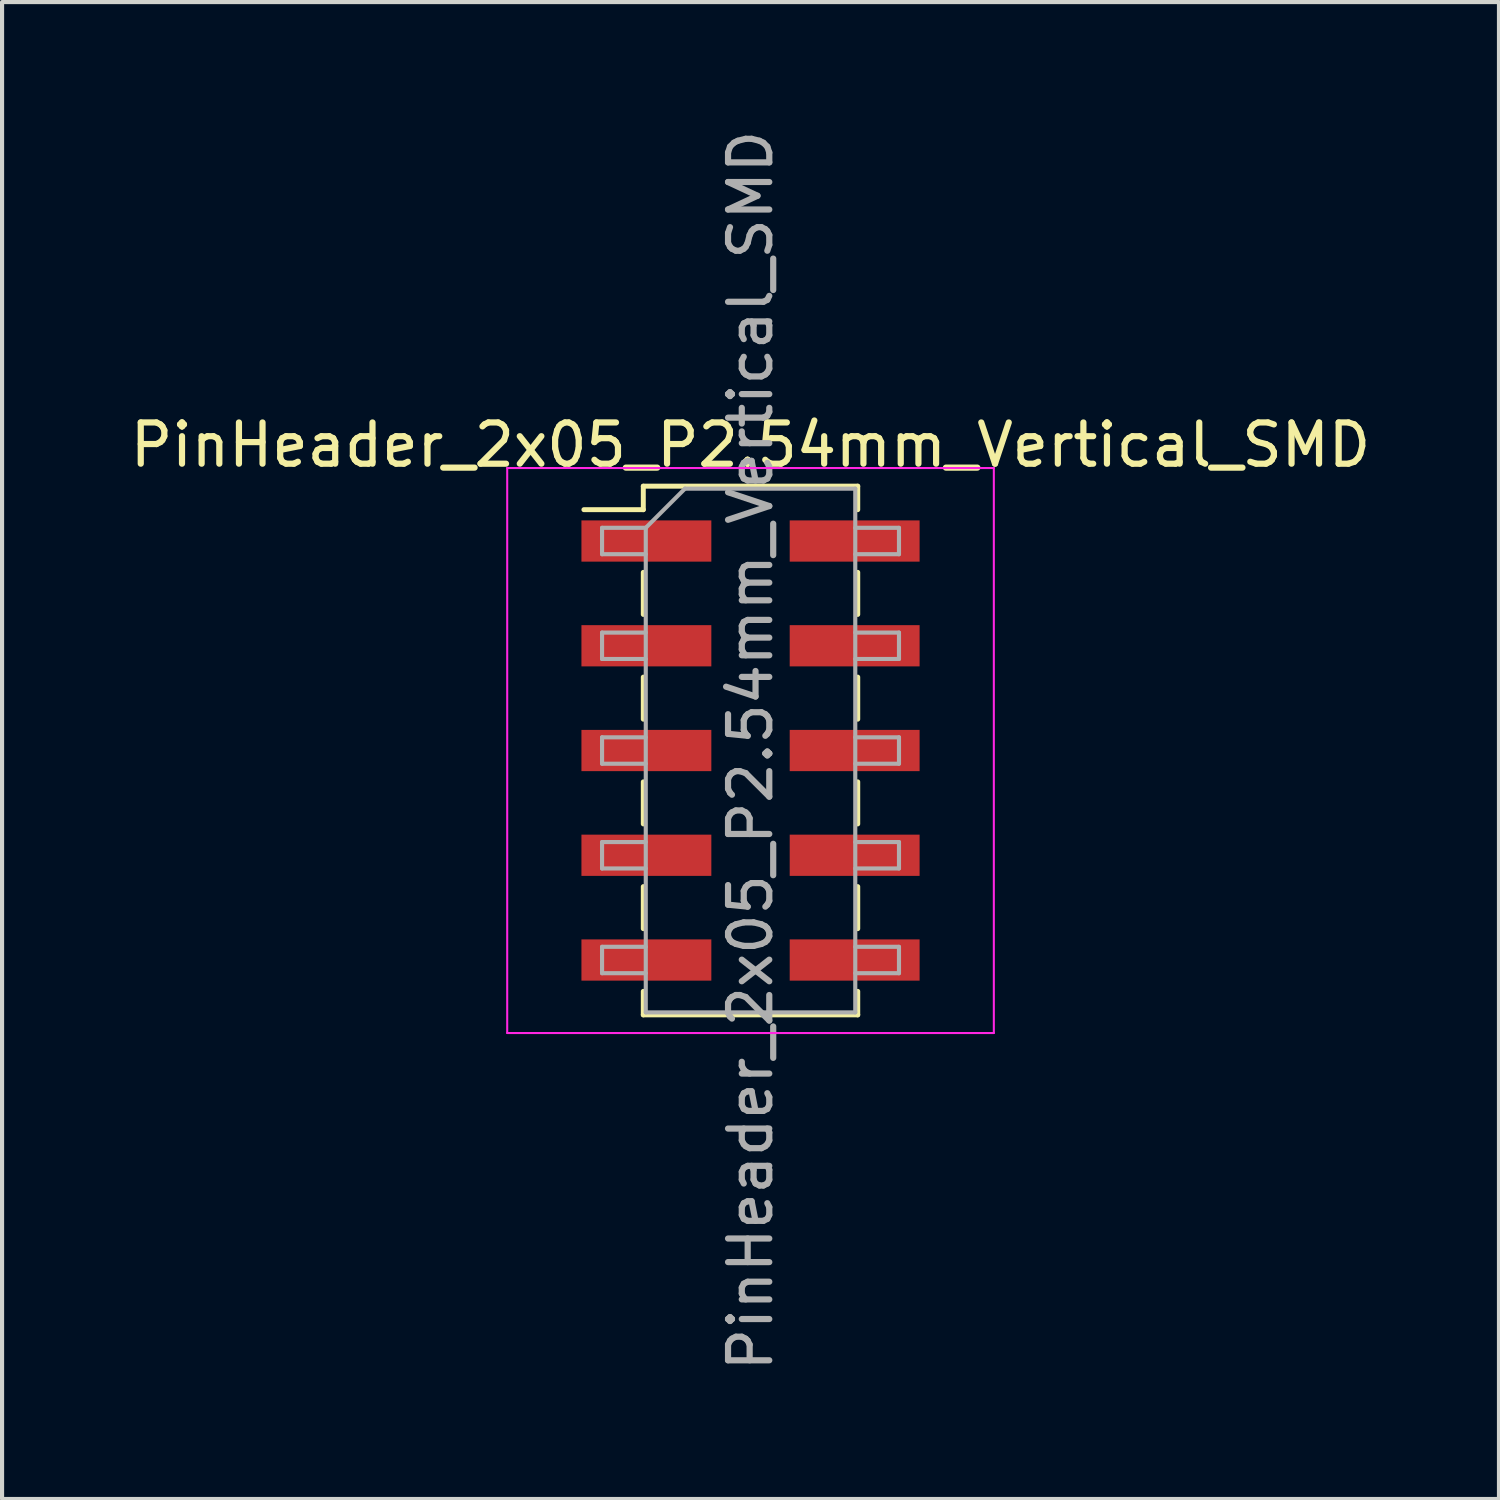
<source format=kicad_pcb>
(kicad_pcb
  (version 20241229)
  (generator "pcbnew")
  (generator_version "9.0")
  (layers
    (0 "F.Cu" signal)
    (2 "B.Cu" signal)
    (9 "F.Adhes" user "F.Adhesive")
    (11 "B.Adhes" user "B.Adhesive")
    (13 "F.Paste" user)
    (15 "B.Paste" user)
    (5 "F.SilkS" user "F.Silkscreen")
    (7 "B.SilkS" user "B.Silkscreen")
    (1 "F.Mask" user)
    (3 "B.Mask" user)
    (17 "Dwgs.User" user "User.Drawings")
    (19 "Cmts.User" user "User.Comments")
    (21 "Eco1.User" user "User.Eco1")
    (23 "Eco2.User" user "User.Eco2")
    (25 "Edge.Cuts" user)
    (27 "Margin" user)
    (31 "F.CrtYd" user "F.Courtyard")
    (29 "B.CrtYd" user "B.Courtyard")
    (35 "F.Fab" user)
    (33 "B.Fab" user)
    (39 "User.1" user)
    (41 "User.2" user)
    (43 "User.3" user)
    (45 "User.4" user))
  (footprint "PinHeader_2x05_P2.54mm_Vertical_SMD"
    (layer "F.Cu")
    (at 15.149 15.149)
    (property "Reference" "PinHeader_2x05_P2.54mm_Vertical_SMD" (at 0 -7.41 0) (layer "F.SilkS") (effects (font (size 1 1) (thickness 0.15))))
    (attr smd)
    (fp_line (start -4.04 -5.84) (end -2.6 -5.84) (stroke (width 0.12) (type solid)) (layer "F.SilkS"))
    (fp_line (start -2.6 -6.41) (end -2.6 -5.84) (stroke (width 0.12) (type solid)) (layer "F.SilkS"))
    (fp_line (start -2.6 -6.41) (end 2.6 -6.41) (stroke (width 0.12) (type solid)) (layer "F.SilkS"))
    (fp_line (start -2.6 -4.32) (end -2.6 -3.3) (stroke (width 0.12) (type solid)) (layer "F.SilkS"))
    (fp_line (start -2.6 -1.78) (end -2.6 -0.76) (stroke (width 0.12) (type solid)) (layer "F.SilkS"))
    (fp_line (start -2.6 0.76) (end -2.6 1.78) (stroke (width 0.12) (type solid)) (layer "F.SilkS"))
    (fp_line (start -2.6 3.3) (end -2.6 4.32) (stroke (width 0.12) (type solid)) (layer "F.SilkS"))
    (fp_line (start -2.6 5.84) (end -2.6 6.41) (stroke (width 0.12) (type solid)) (layer "F.SilkS"))
    (fp_line (start -2.6 6.41) (end 2.6 6.41) (stroke (width 0.12) (type solid)) (layer "F.SilkS"))
    (fp_line (start 2.6 -6.41) (end 2.6 -5.84) (stroke (width 0.12) (type solid)) (layer "F.SilkS"))
    (fp_line (start 2.6 -4.32) (end 2.6 -3.3) (stroke (width 0.12) (type solid)) (layer "F.SilkS"))
    (fp_line (start 2.6 -1.78) (end 2.6 -0.76) (stroke (width 0.12) (type solid)) (layer "F.SilkS"))
    (fp_line (start 2.6 0.76) (end 2.6 1.78) (stroke (width 0.12) (type solid)) (layer "F.SilkS"))
    (fp_line (start 2.6 3.3) (end 2.6 4.32) (stroke (width 0.12) (type solid)) (layer "F.SilkS"))
    (fp_line (start 2.6 5.84) (end 2.6 6.41) (stroke (width 0.12) (type solid)) (layer "F.SilkS"))
    (fp_line (start -5.9 -6.85) (end -5.9 6.85) (stroke (width 0.05) (type solid)) (layer "F.CrtYd"))
    (fp_line (start -5.9 6.85) (end 5.9 6.85) (stroke (width 0.05) (type solid)) (layer "F.CrtYd"))
    (fp_line (start 5.9 -6.85) (end -5.9 -6.85) (stroke (width 0.05) (type solid)) (layer "F.CrtYd"))
    (fp_line (start 5.9 6.85) (end 5.9 -6.85) (stroke (width 0.05) (type solid)) (layer "F.CrtYd"))
    (fp_line (start -3.6 -5.4) (end -3.6 -4.76) (stroke (width 0.1) (type solid)) (layer "F.Fab"))
    (fp_line (start -3.6 -4.76) (end -2.54 -4.76) (stroke (width 0.1) (type solid)) (layer "F.Fab"))
    (fp_line (start -3.6 -2.86) (end -3.6 -2.22) (stroke (width 0.1) (type solid)) (layer "F.Fab"))
    (fp_line (start -3.6 -2.22) (end -2.54 -2.22) (stroke (width 0.1) (type solid)) (layer "F.Fab"))
    (fp_line (start -3.6 -0.32) (end -3.6 0.32) (stroke (width 0.1) (type solid)) (layer "F.Fab"))
    (fp_line (start -3.6 0.32) (end -2.54 0.32) (stroke (width 0.1) (type solid)) (layer "F.Fab"))
    (fp_line (start -3.6 2.22) (end -3.6 2.86) (stroke (width 0.1) (type solid)) (layer "F.Fab"))
    (fp_line (start -3.6 2.86) (end -2.54 2.86) (stroke (width 0.1) (type solid)) (layer "F.Fab"))
    (fp_line (start -3.6 4.76) (end -3.6 5.4) (stroke (width 0.1) (type solid)) (layer "F.Fab"))
    (fp_line (start -3.6 5.4) (end -2.54 5.4) (stroke (width 0.1) (type solid)) (layer "F.Fab"))
    (fp_line (start -2.54 -5.4) (end -3.6 -5.4) (stroke (width 0.1) (type solid)) (layer "F.Fab"))
    (fp_line (start -2.54 -5.4) (end -1.59 -6.35) (stroke (width 0.1) (type solid)) (layer "F.Fab"))
    (fp_line (start -2.54 -2.86) (end -3.6 -2.86) (stroke (width 0.1) (type solid)) (layer "F.Fab"))
    (fp_line (start -2.54 -0.32) (end -3.6 -0.32) (stroke (width 0.1) (type solid)) (layer "F.Fab"))
    (fp_line (start -2.54 2.22) (end -3.6 2.22) (stroke (width 0.1) (type solid)) (layer "F.Fab"))
    (fp_line (start -2.54 4.76) (end -3.6 4.76) (stroke (width 0.1) (type solid)) (layer "F.Fab"))
    (fp_line (start -2.54 6.35) (end -2.54 -5.4) (stroke (width 0.1) (type solid)) (layer "F.Fab"))
    (fp_line (start -1.59 -6.35) (end 2.54 -6.35) (stroke (width 0.1) (type solid)) (layer "F.Fab"))
    (fp_line (start 2.54 -6.35) (end 2.54 6.35) (stroke (width 0.1) (type solid)) (layer "F.Fab"))
    (fp_line (start 2.54 -5.4) (end 3.6 -5.4) (stroke (width 0.1) (type solid)) (layer "F.Fab"))
    (fp_line (start 2.54 -2.86) (end 3.6 -2.86) (stroke (width 0.1) (type solid)) (layer "F.Fab"))
    (fp_line (start 2.54 -0.32) (end 3.6 -0.32) (stroke (width 0.1) (type solid)) (layer "F.Fab"))
    (fp_line (start 2.54 2.22) (end 3.6 2.22) (stroke (width 0.1) (type solid)) (layer "F.Fab"))
    (fp_line (start 2.54 4.76) (end 3.6 4.76) (stroke (width 0.1) (type solid)) (layer "F.Fab"))
    (fp_line (start 2.54 6.35) (end -2.54 6.35) (stroke (width 0.1) (type solid)) (layer "F.Fab"))
    (fp_line (start 3.6 -5.4) (end 3.6 -4.76) (stroke (width 0.1) (type solid)) (layer "F.Fab"))
    (fp_line (start 3.6 -4.76) (end 2.54 -4.76) (stroke (width 0.1) (type solid)) (layer "F.Fab"))
    (fp_line (start 3.6 -2.86) (end 3.6 -2.22) (stroke (width 0.1) (type solid)) (layer "F.Fab"))
    (fp_line (start 3.6 -2.22) (end 2.54 -2.22) (stroke (width 0.1) (type solid)) (layer "F.Fab"))
    (fp_line (start 3.6 -0.32) (end 3.6 0.32) (stroke (width 0.1) (type solid)) (layer "F.Fab"))
    (fp_line (start 3.6 0.32) (end 2.54 0.32) (stroke (width 0.1) (type solid)) (layer "F.Fab"))
    (fp_line (start 3.6 2.22) (end 3.6 2.86) (stroke (width 0.1) (type solid)) (layer "F.Fab"))
    (fp_line (start 3.6 2.86) (end 2.54 2.86) (stroke (width 0.1) (type solid)) (layer "F.Fab"))
    (fp_line (start 3.6 4.76) (end 3.6 5.4) (stroke (width 0.1) (type solid)) (layer "F.Fab"))
    (fp_line (start 3.6 5.4) (end 2.54 5.4) (stroke (width 0.1) (type solid)) (layer "F.Fab"))
    (fp_text user "${REFERENCE}" (at 0 0 90) (layer "F.Fab") (effects (font (size 1 1) (thickness 0.15))))
    (pad "1" smd rect (at -2.525 -5.08) (size 3.15 1) (layers "F.Cu" "F.Mask" "F.Paste"))
    (pad "2" smd rect (at 2.525 -5.08) (size 3.15 1) (layers "F.Cu" "F.Mask" "F.Paste"))
    (pad "3" smd rect (at -2.525 -2.54) (size 3.15 1) (layers "F.Cu" "F.Mask" "F.Paste"))
    (pad "4" smd rect (at 2.525 -2.54) (size 3.15 1) (layers "F.Cu" "F.Mask" "F.Paste"))
    (pad "5" smd rect (at -2.525 0) (size 3.15 1) (layers "F.Cu" "F.Mask" "F.Paste"))
    (pad "6" smd rect (at 2.525 0) (size 3.15 1) (layers "F.Cu" "F.Mask" "F.Paste"))
    (pad "7" smd rect (at -2.525 2.54) (size 3.15 1) (layers "F.Cu" "F.Mask" "F.Paste"))
    (pad "8" smd rect (at 2.525 2.54) (size 3.15 1) (layers "F.Cu" "F.Mask" "F.Paste"))
    (pad "9" smd rect (at -2.525 5.08) (size 3.15 1) (layers "F.Cu" "F.Mask" "F.Paste"))
    (pad "10" smd rect (at 2.525 5.08) (size 3.15 1) (layers "F.Cu" "F.Mask" "F.Paste")))
  (gr_rect
    (start -3 -3)
    (end 33.298 33.298)
    (stroke (width 0.1) (type default))
    (fill no)
    (layer "Edge.Cuts")))
</source>
